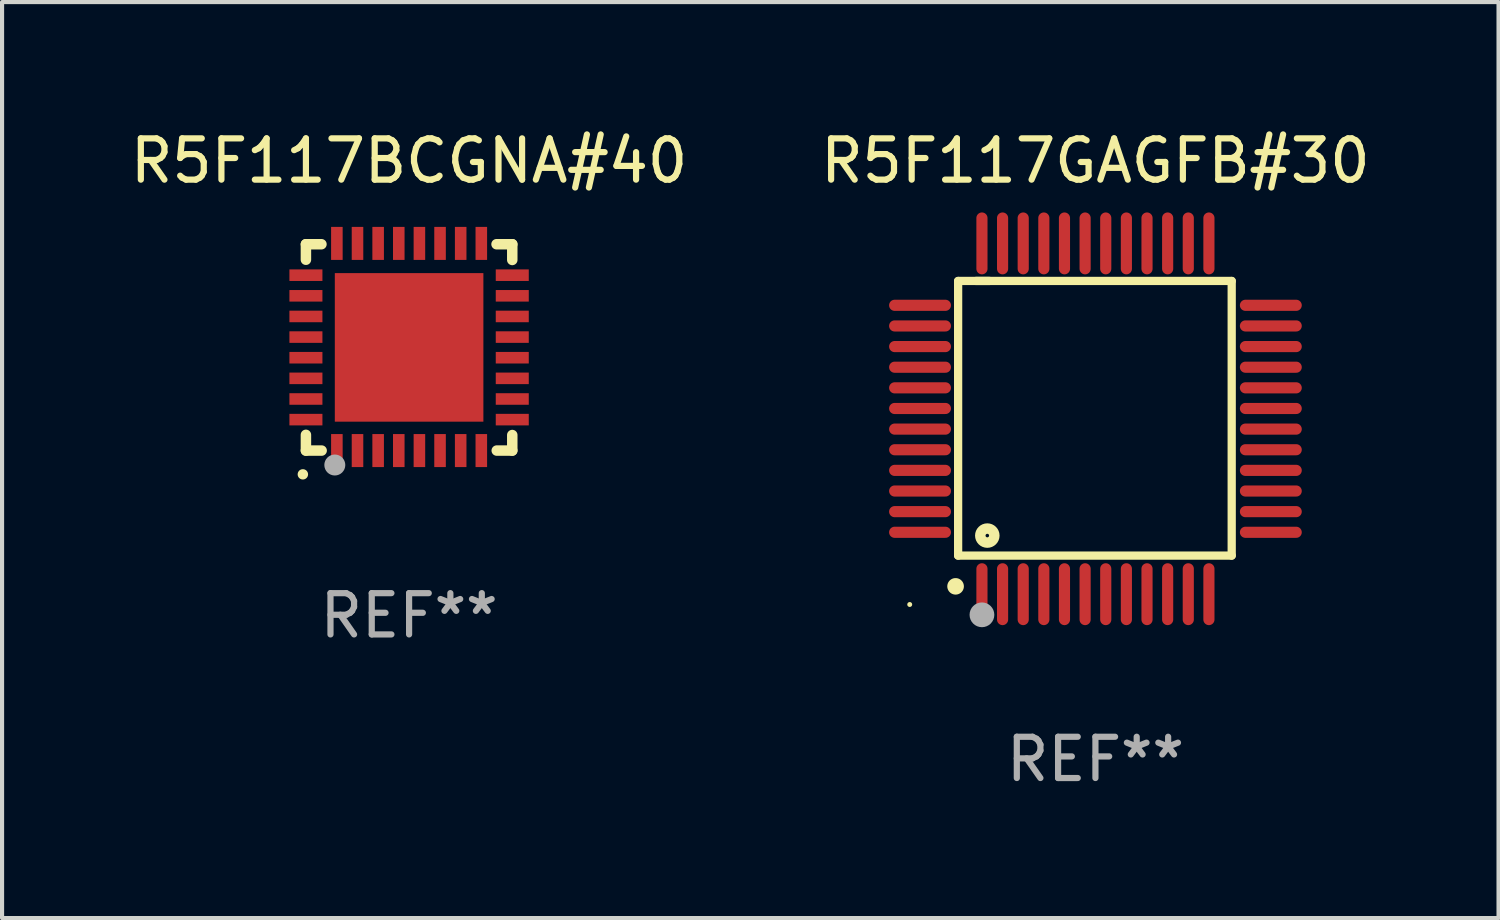
<source format=kicad_pcb>
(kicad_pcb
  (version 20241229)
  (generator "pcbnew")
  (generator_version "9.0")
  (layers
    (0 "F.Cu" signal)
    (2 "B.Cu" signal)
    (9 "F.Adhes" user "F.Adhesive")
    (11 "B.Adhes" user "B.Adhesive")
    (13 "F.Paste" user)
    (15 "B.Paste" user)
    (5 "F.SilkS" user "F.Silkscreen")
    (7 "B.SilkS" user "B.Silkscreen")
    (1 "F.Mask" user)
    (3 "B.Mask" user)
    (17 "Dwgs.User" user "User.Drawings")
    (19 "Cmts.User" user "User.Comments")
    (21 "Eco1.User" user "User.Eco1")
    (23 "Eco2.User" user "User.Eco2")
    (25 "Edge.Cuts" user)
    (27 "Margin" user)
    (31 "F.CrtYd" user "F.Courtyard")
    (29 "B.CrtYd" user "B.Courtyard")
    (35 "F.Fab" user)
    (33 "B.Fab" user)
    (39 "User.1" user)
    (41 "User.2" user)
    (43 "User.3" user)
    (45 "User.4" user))
  (footprint "R5F117BCGNA#40"
    (layer "F.Cu")
    (at 6.863 5.358)
    (property "Reference" "R5F117BCGNA#40" (at 0 -4.51 0) (layer "F.SilkS") (effects (font (size 1 1) (thickness 0.15))))
    (attr through_hole)
    (fp_line (start -2.5 -2.49) (end -2.124 -2.49) (stroke (width 0.254) (type solid)) (layer "F.SilkS"))
    (fp_line (start -2.5 -2.114) (end -2.5 -2.49) (stroke (width 0.254) (type solid)) (layer "F.SilkS"))
    (fp_line (start -2.5 2.51) (end -2.5 2.129) (stroke (width 0.254) (type solid)) (layer "F.SilkS"))
    (fp_line (start -2.5 2.51) (end -2.119 2.51) (stroke (width 0.254) (type solid)) (layer "F.SilkS"))
    (fp_line (start 2.119 -2.49) (end 2.5 -2.49) (stroke (width 0.254) (type solid)) (layer "F.SilkS"))
    (fp_line (start 2.124 2.51) (end 2.5 2.51) (stroke (width 0.254) (type solid)) (layer "F.SilkS"))
    (fp_line (start 2.5 -2.49) (end 2.5 -2.109) (stroke (width 0.254) (type solid)) (layer "F.SilkS"))
    (fp_line (start 2.5 2.134) (end 2.5 2.51) (stroke (width 0.254) (type solid)) (layer "F.SilkS"))
    (fp_arc (start -2.57554 3.086005) (mid -2.57427 3.085999) (end -2.573 3.086005) (stroke (width 0.25) (type solid)) (layer "F.SilkS"))
    (fp_circle (center -2.5 2.5) (end -2.45 2.5) (stroke (width 0.1) (type solid)) (fill no) (layer "F.SilkS"))
    (fp_circle (center -1.8 2.86) (end -1.673 2.86) (stroke (width 0.254) (type solid)) (fill no) (layer "F.Fab"))
    (fp_text user "REF**" (at 0 6.51 0) (layer "F.Fab") (effects (font (size 1 1) (thickness 0.15))))
    (pad "1" smd rect (at -1.75 2.51) (size 0.28 0.8) (layers "F.Cu" "F.Mask" "F.Paste"))
    (pad "2" smd rect (at -1.25 2.51) (size 0.28 0.8) (layers "F.Cu" "F.Mask" "F.Paste"))
    (pad "3" smd rect (at -0.75 2.51) (size 0.28 0.8) (layers "F.Cu" "F.Mask" "F.Paste"))
    (pad "4" smd rect (at -0.25 2.51) (size 0.28 0.8) (layers "F.Cu" "F.Mask" "F.Paste"))
    (pad "5" smd rect (at 0.25 2.51) (size 0.28 0.8) (layers "F.Cu" "F.Mask" "F.Paste"))
    (pad "6" smd rect (at 0.75 2.51) (size 0.28 0.8) (layers "F.Cu" "F.Mask" "F.Paste"))
    (pad "7" smd rect (at 1.25 2.51) (size 0.28 0.8) (layers "F.Cu" "F.Mask" "F.Paste"))
    (pad "8" smd rect (at 1.75 2.51) (size 0.28 0.8) (layers "F.Cu" "F.Mask" "F.Paste"))
    (pad "9" smd rect (at 2.5 1.76) (size 0.8 0.28) (layers "F.Cu" "F.Mask" "F.Paste"))
    (pad "10" smd rect (at 2.5 1.26) (size 0.8 0.28) (layers "F.Cu" "F.Mask" "F.Paste"))
    (pad "11" smd rect (at 2.5 0.76) (size 0.8 0.28) (layers "F.Cu" "F.Mask" "F.Paste"))
    (pad "12" smd rect (at 2.5 0.26) (size 0.8 0.28) (layers "F.Cu" "F.Mask" "F.Paste"))
    (pad "13" smd rect (at 2.5 -0.24) (size 0.8 0.28) (layers "F.Cu" "F.Mask" "F.Paste"))
    (pad "14" smd rect (at 2.5 -0.74) (size 0.8 0.28) (layers "F.Cu" "F.Mask" "F.Paste"))
    (pad "15" smd rect (at 2.5 -1.24) (size 0.8 0.28) (layers "F.Cu" "F.Mask" "F.Paste"))
    (pad "16" smd rect (at 2.5 -1.74) (size 0.8 0.28) (layers "F.Cu" "F.Mask" "F.Paste"))
    (pad "17" smd rect (at 1.75 -2.51) (size 0.28 0.8) (layers "F.Cu" "F.Mask" "F.Paste"))
    (pad "18" smd rect (at 1.25 -2.51) (size 0.28 0.8) (layers "F.Cu" "F.Mask" "F.Paste"))
    (pad "19" smd rect (at 0.75 -2.51) (size 0.28 0.8) (layers "F.Cu" "F.Mask" "F.Paste"))
    (pad "20" smd rect (at 0.25 -2.51) (size 0.28 0.8) (layers "F.Cu" "F.Mask" "F.Paste"))
    (pad "21" smd rect (at -0.25 -2.51) (size 0.28 0.8) (layers "F.Cu" "F.Mask" "F.Paste"))
    (pad "22" smd rect (at -0.75 -2.51) (size 0.28 0.8) (layers "F.Cu" "F.Mask" "F.Paste"))
    (pad "23" smd rect (at -1.25 -2.51) (size 0.28 0.8) (layers "F.Cu" "F.Mask" "F.Paste"))
    (pad "24" smd rect (at -1.75 -2.51) (size 0.28 0.8) (layers "F.Cu" "F.Mask" "F.Paste"))
    (pad "25" smd rect (at -2.5 -1.74) (size 0.8 0.28) (layers "F.Cu" "F.Mask" "F.Paste"))
    (pad "26" smd rect (at -2.5 -1.24) (size 0.8 0.28) (layers "F.Cu" "F.Mask" "F.Paste"))
    (pad "27" smd rect (at -2.5 -0.74) (size 0.8 0.28) (layers "F.Cu" "F.Mask" "F.Paste"))
    (pad "28" smd rect (at -2.5 -0.24) (size 0.8 0.28) (layers "F.Cu" "F.Mask" "F.Paste"))
    (pad "29" smd rect (at -2.5 0.26) (size 0.8 0.28) (layers "F.Cu" "F.Mask" "F.Paste"))
    (pad "30" smd rect (at -2.5 0.76) (size 0.8 0.28) (layers "F.Cu" "F.Mask" "F.Paste"))
    (pad "31" smd rect (at -2.5 1.26) (size 0.8 0.28) (layers "F.Cu" "F.Mask" "F.Paste"))
    (pad "32" smd rect (at -2.5 1.76) (size 0.8 0.28) (layers "F.Cu" "F.Mask" "F.Paste"))
    (pad "33" smd rect (at 0.000102 0.01) (size 3.6 3.6) (layers "F.Cu" "F.Mask" "F.Paste")))
  (footprint "R5F117GAGFB#30"
    (layer "F.Cu")
    (at 23.494 7.098)
    (property "Reference" "R5F117GAGFB#30" (at 0 -6.25 0) (layer "F.SilkS") (effects (font (size 1 1) (thickness 0.15))))
    (attr through_hole)
    (fp_line (start -3.327 -3.34) (end -2.565 -3.34) (stroke (width 0.2) (type solid)) (layer "F.SilkS"))
    (fp_line (start -3.327 3.315) (end -3.327 -3.34) (stroke (width 0.2) (type solid)) (layer "F.SilkS"))
    (fp_line (start -2.896 -3.34) (end 3.302 -3.34) (stroke (width 0.2) (type solid)) (layer "F.SilkS"))
    (fp_line (start 3.302 -3.34) (end 3.302 3.315) (stroke (width 0.2) (type solid)) (layer "F.SilkS"))
    (fp_line (start 3.302 3.315) (end -3.327 3.315) (stroke (width 0.2) (type solid)) (layer "F.SilkS"))
    (fp_arc (start -3.389992 4.059995) (mid -3.388722 4.059991) (end -3.387452 4.059995) (stroke (width 0.4) (type solid)) (layer "F.SilkS"))
    (fp_circle (center -4.5 4.5) (end -4.47 4.5) (stroke (width 0.06) (type solid)) (fill no) (layer "F.SilkS"))
    (fp_circle (center -2.62 2.83) (end -2.45 2.83) (stroke (width 0.254) (type solid)) (fill no) (layer "F.SilkS"))
    (fp_circle (center -2.75 4.75) (end -2.6 4.75) (stroke (width 0.3) (type solid)) (fill no) (layer "F.Fab"))
    (fp_text user "REF**" (at 0 8.25 0) (layer "F.Fab") (effects (font (size 1 1) (thickness 0.15))))
    (pad "1" smd oval (at -2.75 4.25) (size 0.27 1.5) (layers "F.Cu" "F.Mask" "F.Paste"))
    (pad "2" smd oval (at -2.25 4.25) (size 0.27 1.5) (layers "F.Cu" "F.Mask" "F.Paste"))
    (pad "3" smd oval (at -1.75 4.25) (size 0.27 1.5) (layers "F.Cu" "F.Mask" "F.Paste"))
    (pad "4" smd oval (at -1.25 4.25) (size 0.27 1.5) (layers "F.Cu" "F.Mask" "F.Paste"))
    (pad "5" smd oval (at -0.75 4.25) (size 0.27 1.5) (layers "F.Cu" "F.Mask" "F.Paste"))
    (pad "6" smd oval (at -0.25 4.25) (size 0.27 1.5) (layers "F.Cu" "F.Mask" "F.Paste"))
    (pad "7" smd oval (at 0.25 4.25) (size 0.27 1.5) (layers "F.Cu" "F.Mask" "F.Paste"))
    (pad "8" smd oval (at 0.75 4.25) (size 0.27 1.5) (layers "F.Cu" "F.Mask" "F.Paste"))
    (pad "9" smd oval (at 1.25 4.25) (size 0.27 1.5) (layers "F.Cu" "F.Mask" "F.Paste"))
    (pad "10" smd oval (at 1.75 4.25) (size 0.27 1.5) (layers "F.Cu" "F.Mask" "F.Paste"))
    (pad "11" smd oval (at 2.25 4.25) (size 0.27 1.5) (layers "F.Cu" "F.Mask" "F.Paste"))
    (pad "12" smd oval (at 2.75 4.25) (size 0.27 1.5) (layers "F.Cu" "F.Mask" "F.Paste"))
    (pad "13" smd oval (at 4.25 2.75) (size 1.5 0.27) (layers "F.Cu" "F.Mask" "F.Paste"))
    (pad "14" smd oval (at 4.25 2.25) (size 1.5 0.27) (layers "F.Cu" "F.Mask" "F.Paste"))
    (pad "15" smd oval (at 4.25 1.75) (size 1.5 0.27) (layers "F.Cu" "F.Mask" "F.Paste"))
    (pad "16" smd oval (at 4.25 1.25) (size 1.5 0.27) (layers "F.Cu" "F.Mask" "F.Paste"))
    (pad "17" smd oval (at 4.25 0.75) (size 1.5 0.27) (layers "F.Cu" "F.Mask" "F.Paste"))
    (pad "18" smd oval (at 4.25 0.25) (size 1.5 0.27) (layers "F.Cu" "F.Mask" "F.Paste"))
    (pad "19" smd oval (at 4.25 -0.25) (size 1.5 0.27) (layers "F.Cu" "F.Mask" "F.Paste"))
    (pad "20" smd oval (at 4.25 -0.75) (size 1.5 0.27) (layers "F.Cu" "F.Mask" "F.Paste"))
    (pad "21" smd oval (at 4.25 -1.25) (size 1.5 0.27) (layers "F.Cu" "F.Mask" "F.Paste"))
    (pad "22" smd oval (at 4.25 -1.75) (size 1.5 0.27) (layers "F.Cu" "F.Mask" "F.Paste"))
    (pad "23" smd oval (at 4.25 -2.25) (size 1.5 0.27) (layers "F.Cu" "F.Mask" "F.Paste"))
    (pad "24" smd oval (at 4.25 -2.75) (size 1.5 0.27) (layers "F.Cu" "F.Mask" "F.Paste"))
    (pad "25" smd oval (at 2.75 -4.25) (size 0.27 1.5) (layers "F.Cu" "F.Mask" "F.Paste"))
    (pad "26" smd oval (at 2.25 -4.25) (size 0.27 1.5) (layers "F.Cu" "F.Mask" "F.Paste"))
    (pad "27" smd oval (at 1.75 -4.25) (size 0.27 1.5) (layers "F.Cu" "F.Mask" "F.Paste"))
    (pad "28" smd oval (at 1.25 -4.25) (size 0.27 1.5) (layers "F.Cu" "F.Mask" "F.Paste"))
    (pad "29" smd oval (at 0.75 -4.25) (size 0.27 1.5) (layers "F.Cu" "F.Mask" "F.Paste"))
    (pad "30" smd oval (at 0.25 -4.25) (size 0.27 1.5) (layers "F.Cu" "F.Mask" "F.Paste"))
    (pad "31" smd oval (at -0.25 -4.25) (size 0.27 1.5) (layers "F.Cu" "F.Mask" "F.Paste"))
    (pad "32" smd oval (at -0.75 -4.25) (size 0.27 1.5) (layers "F.Cu" "F.Mask" "F.Paste"))
    (pad "33" smd oval (at -1.25 -4.25) (size 0.27 1.5) (layers "F.Cu" "F.Mask" "F.Paste"))
    (pad "34" smd oval (at -1.75 -4.25) (size 0.27 1.5) (layers "F.Cu" "F.Mask" "F.Paste"))
    (pad "35" smd oval (at -2.25 -4.25) (size 0.27 1.5) (layers "F.Cu" "F.Mask" "F.Paste"))
    (pad "36" smd oval (at -2.75 -4.25) (size 0.27 1.5) (layers "F.Cu" "F.Mask" "F.Paste"))
    (pad "37" smd oval (at -4.25 -2.75) (size 1.5 0.27) (layers "F.Cu" "F.Mask" "F.Paste"))
    (pad "38" smd oval (at -4.25 -2.25) (size 1.5 0.27) (layers "F.Cu" "F.Mask" "F.Paste"))
    (pad "39" smd oval (at -4.25 -1.75) (size 1.5 0.27) (layers "F.Cu" "F.Mask" "F.Paste"))
    (pad "40" smd oval (at -4.25 -1.25) (size 1.5 0.27) (layers "F.Cu" "F.Mask" "F.Paste"))
    (pad "41" smd oval (at -4.25 -0.75) (size 1.5 0.27) (layers "F.Cu" "F.Mask" "F.Paste"))
    (pad "42" smd oval (at -4.25 -0.25) (size 1.5 0.27) (layers "F.Cu" "F.Mask" "F.Paste"))
    (pad "43" smd oval (at -4.25 0.25) (size 1.5 0.27) (layers "F.Cu" "F.Mask" "F.Paste"))
    (pad "44" smd oval (at -4.25 0.75) (size 1.5 0.27) (layers "F.Cu" "F.Mask" "F.Paste"))
    (pad "45" smd oval (at -4.25 1.25) (size 1.5 0.27) (layers "F.Cu" "F.Mask" "F.Paste"))
    (pad "46" smd oval (at -4.25 1.75) (size 1.5 0.27) (layers "F.Cu" "F.Mask" "F.Paste"))
    (pad "47" smd oval (at -4.25 2.25) (size 1.5 0.27) (layers "F.Cu" "F.Mask" "F.Paste"))
    (pad "48" smd oval (at -4.25 2.75) (size 1.5 0.27) (layers "F.Cu" "F.Mask" "F.Paste")))
  (gr_rect
    (start -3 -3)
    (end 33.262 19.196)
    (stroke (width 0.1) (type default))
    (fill no)
    (layer "Edge.Cuts")))
</source>
